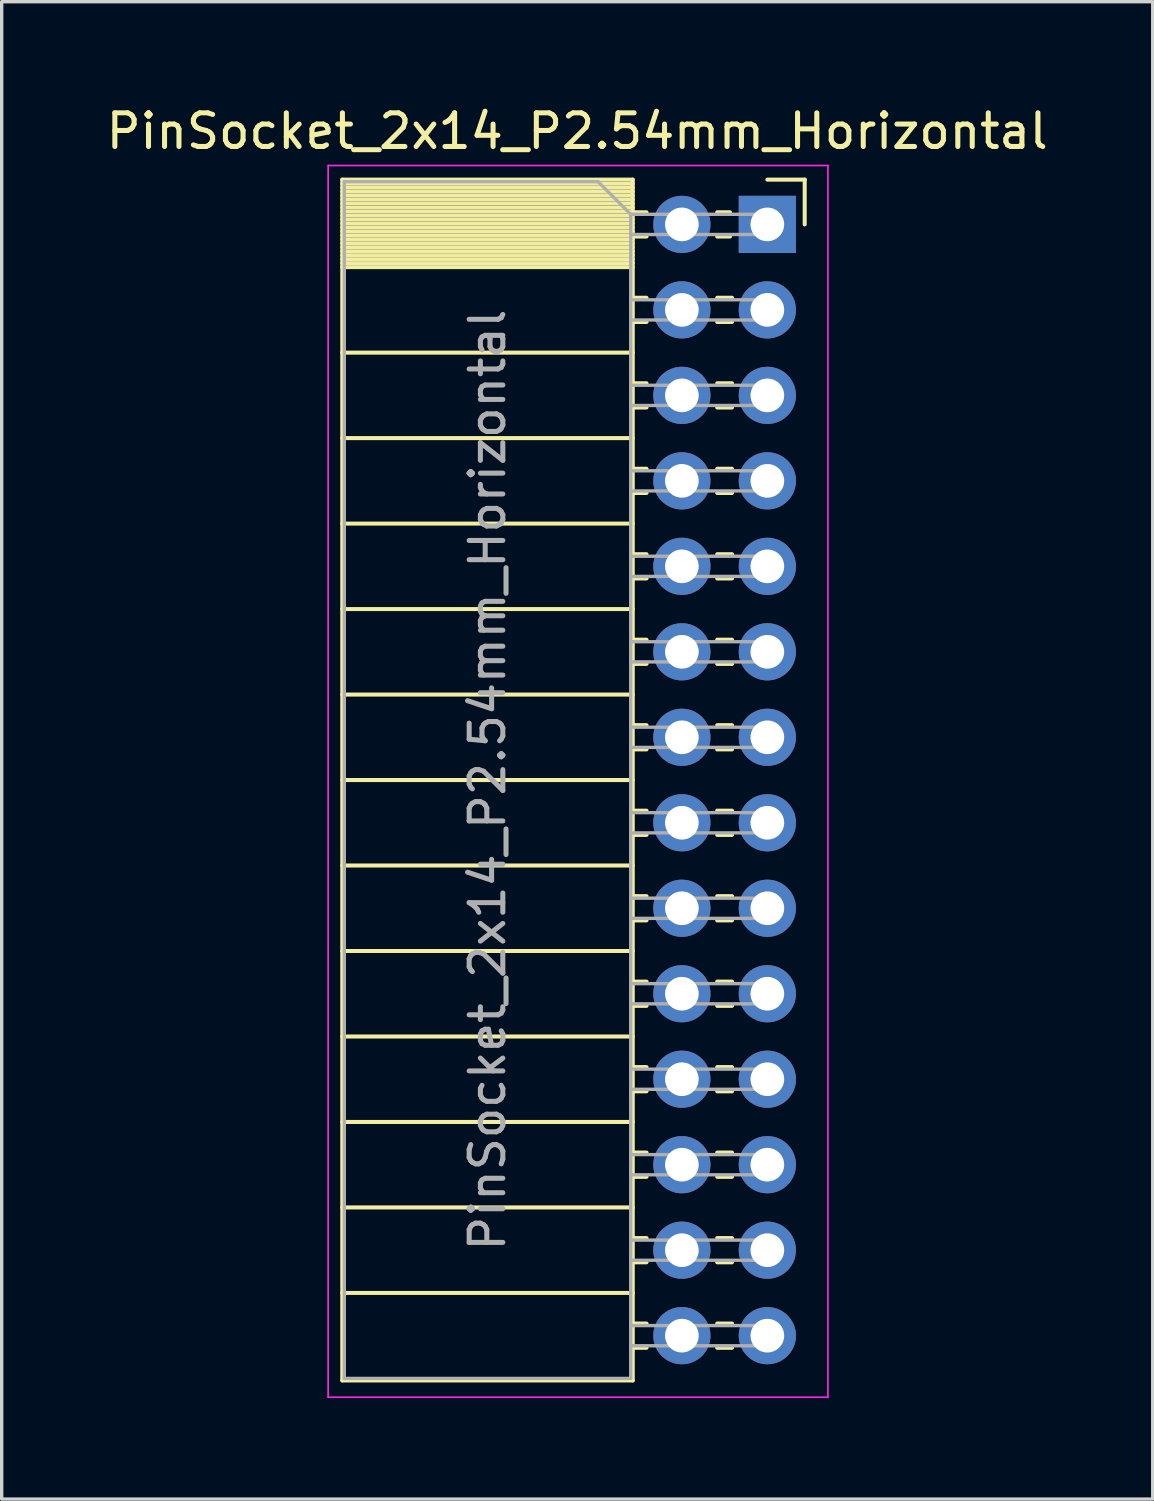
<source format=kicad_pcb>
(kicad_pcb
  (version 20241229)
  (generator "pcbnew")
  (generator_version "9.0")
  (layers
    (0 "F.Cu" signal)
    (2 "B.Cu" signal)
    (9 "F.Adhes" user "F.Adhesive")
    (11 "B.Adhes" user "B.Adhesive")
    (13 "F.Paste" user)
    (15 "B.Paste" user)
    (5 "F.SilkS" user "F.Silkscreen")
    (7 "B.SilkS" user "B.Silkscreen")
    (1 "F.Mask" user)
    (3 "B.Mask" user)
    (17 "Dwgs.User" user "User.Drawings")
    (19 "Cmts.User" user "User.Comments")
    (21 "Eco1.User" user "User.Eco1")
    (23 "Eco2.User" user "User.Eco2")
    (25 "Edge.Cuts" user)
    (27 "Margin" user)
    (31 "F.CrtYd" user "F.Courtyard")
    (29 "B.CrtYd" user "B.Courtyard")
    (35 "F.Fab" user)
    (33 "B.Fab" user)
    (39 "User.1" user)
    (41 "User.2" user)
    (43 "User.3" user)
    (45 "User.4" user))
  (footprint "PinSocket_2x14_P2.54mm_Horizontal"
    (layer "F.Cu")
    (at 19.751 3.618)
    (property "Reference" "PinSocket_2x14_P2.54mm_Horizontal" (at -5.65 -2.77 0) (layer "F.SilkS") (effects (font (size 1 1) (thickness 0.15))))
    (attr through_hole)
    (fp_line (start -12.63 -1.33) (end -12.63 34.35) (stroke (width 0.12) (type solid)) (layer "F.SilkS"))
    (fp_line (start -12.63 -1.33) (end -4 -1.33) (stroke (width 0.12) (type solid)) (layer "F.SilkS"))
    (fp_line (start -12.63 -1.21) (end -4 -1.21) (stroke (width 0.12) (type solid)) (layer "F.SilkS"))
    (fp_line (start -12.63 -1.092) (end -4 -1.092) (stroke (width 0.12) (type solid)) (layer "F.SilkS"))
    (fp_line (start -12.63 -0.974) (end -4 -0.974) (stroke (width 0.12) (type solid)) (layer "F.SilkS"))
    (fp_line (start -12.63 -0.856) (end -4 -0.856) (stroke (width 0.12) (type solid)) (layer "F.SilkS"))
    (fp_line (start -12.63 -0.738) (end -4 -0.738) (stroke (width 0.12) (type solid)) (layer "F.SilkS"))
    (fp_line (start -12.63 -0.62) (end -4 -0.62) (stroke (width 0.12) (type solid)) (layer "F.SilkS"))
    (fp_line (start -12.63 -0.501) (end -4 -0.501) (stroke (width 0.12) (type solid)) (layer "F.SilkS"))
    (fp_line (start -12.63 -0.383) (end -4 -0.383) (stroke (width 0.12) (type solid)) (layer "F.SilkS"))
    (fp_line (start -12.63 -0.265) (end -4 -0.265) (stroke (width 0.12) (type solid)) (layer "F.SilkS"))
    (fp_line (start -12.63 -0.147) (end -4 -0.147) (stroke (width 0.12) (type solid)) (layer "F.SilkS"))
    (fp_line (start -12.63 -0.029) (end -4 -0.029) (stroke (width 0.12) (type solid)) (layer "F.SilkS"))
    (fp_line (start -12.63 0.089) (end -4 0.089) (stroke (width 0.12) (type solid)) (layer "F.SilkS"))
    (fp_line (start -12.63 0.207) (end -4 0.207) (stroke (width 0.12) (type solid)) (layer "F.SilkS"))
    (fp_line (start -12.63 0.325) (end -4 0.325) (stroke (width 0.12) (type solid)) (layer "F.SilkS"))
    (fp_line (start -12.63 0.443) (end -4 0.443) (stroke (width 0.12) (type solid)) (layer "F.SilkS"))
    (fp_line (start -12.63 0.561) (end -4 0.561) (stroke (width 0.12) (type solid)) (layer "F.SilkS"))
    (fp_line (start -12.63 0.68) (end -4 0.68) (stroke (width 0.12) (type solid)) (layer "F.SilkS"))
    (fp_line (start -12.63 0.798) (end -4 0.798) (stroke (width 0.12) (type solid)) (layer "F.SilkS"))
    (fp_line (start -12.63 0.916) (end -4 0.916) (stroke (width 0.12) (type solid)) (layer "F.SilkS"))
    (fp_line (start -12.63 1.034) (end -4 1.034) (stroke (width 0.12) (type solid)) (layer "F.SilkS"))
    (fp_line (start -12.63 1.152) (end -4 1.152) (stroke (width 0.12) (type solid)) (layer "F.SilkS"))
    (fp_line (start -12.63 1.27) (end -4 1.27) (stroke (width 0.12) (type solid)) (layer "F.SilkS"))
    (fp_line (start -12.63 3.81) (end -4 3.81) (stroke (width 0.12) (type solid)) (layer "F.SilkS"))
    (fp_line (start -12.63 6.35) (end -4 6.35) (stroke (width 0.12) (type solid)) (layer "F.SilkS"))
    (fp_line (start -12.63 8.89) (end -4 8.89) (stroke (width 0.12) (type solid)) (layer "F.SilkS"))
    (fp_line (start -12.63 11.43) (end -4 11.43) (stroke (width 0.12) (type solid)) (layer "F.SilkS"))
    (fp_line (start -12.63 13.97) (end -4 13.97) (stroke (width 0.12) (type solid)) (layer "F.SilkS"))
    (fp_line (start -12.63 16.51) (end -4 16.51) (stroke (width 0.12) (type solid)) (layer "F.SilkS"))
    (fp_line (start -12.63 19.05) (end -4 19.05) (stroke (width 0.12) (type solid)) (layer "F.SilkS"))
    (fp_line (start -12.63 21.59) (end -4 21.59) (stroke (width 0.12) (type solid)) (layer "F.SilkS"))
    (fp_line (start -12.63 24.13) (end -4 24.13) (stroke (width 0.12) (type solid)) (layer "F.SilkS"))
    (fp_line (start -12.63 26.67) (end -4 26.67) (stroke (width 0.12) (type solid)) (layer "F.SilkS"))
    (fp_line (start -12.63 29.21) (end -4 29.21) (stroke (width 0.12) (type solid)) (layer "F.SilkS"))
    (fp_line (start -12.63 31.75) (end -4 31.75) (stroke (width 0.12) (type solid)) (layer "F.SilkS"))
    (fp_line (start -12.63 34.35) (end -4 34.35) (stroke (width 0.12) (type solid)) (layer "F.SilkS"))
    (fp_line (start -4 -1.33) (end -4 34.35) (stroke (width 0.12) (type solid)) (layer "F.SilkS"))
    (fp_line (start -4 -0.36) (end -3.59 -0.36) (stroke (width 0.12) (type solid)) (layer "F.SilkS"))
    (fp_line (start -4 0.36) (end -3.59 0.36) (stroke (width 0.12) (type solid)) (layer "F.SilkS"))
    (fp_line (start -4 2.18) (end -3.59 2.18) (stroke (width 0.12) (type solid)) (layer "F.SilkS"))
    (fp_line (start -4 2.9) (end -3.59 2.9) (stroke (width 0.12) (type solid)) (layer "F.SilkS"))
    (fp_line (start -4 4.72) (end -3.59 4.72) (stroke (width 0.12) (type solid)) (layer "F.SilkS"))
    (fp_line (start -4 5.44) (end -3.59 5.44) (stroke (width 0.12) (type solid)) (layer "F.SilkS"))
    (fp_line (start -4 7.26) (end -3.59 7.26) (stroke (width 0.12) (type solid)) (layer "F.SilkS"))
    (fp_line (start -4 7.98) (end -3.59 7.98) (stroke (width 0.12) (type solid)) (layer "F.SilkS"))
    (fp_line (start -4 9.8) (end -3.59 9.8) (stroke (width 0.12) (type solid)) (layer "F.SilkS"))
    (fp_line (start -4 10.52) (end -3.59 10.52) (stroke (width 0.12) (type solid)) (layer "F.SilkS"))
    (fp_line (start -4 12.34) (end -3.59 12.34) (stroke (width 0.12) (type solid)) (layer "F.SilkS"))
    (fp_line (start -4 13.06) (end -3.59 13.06) (stroke (width 0.12) (type solid)) (layer "F.SilkS"))
    (fp_line (start -4 14.88) (end -3.59 14.88) (stroke (width 0.12) (type solid)) (layer "F.SilkS"))
    (fp_line (start -4 15.6) (end -3.59 15.6) (stroke (width 0.12) (type solid)) (layer "F.SilkS"))
    (fp_line (start -4 17.42) (end -3.59 17.42) (stroke (width 0.12) (type solid)) (layer "F.SilkS"))
    (fp_line (start -4 18.14) (end -3.59 18.14) (stroke (width 0.12) (type solid)) (layer "F.SilkS"))
    (fp_line (start -4 19.96) (end -3.59 19.96) (stroke (width 0.12) (type solid)) (layer "F.SilkS"))
    (fp_line (start -4 20.68) (end -3.59 20.68) (stroke (width 0.12) (type solid)) (layer "F.SilkS"))
    (fp_line (start -4 22.5) (end -3.59 22.5) (stroke (width 0.12) (type solid)) (layer "F.SilkS"))
    (fp_line (start -4 23.22) (end -3.59 23.22) (stroke (width 0.12) (type solid)) (layer "F.SilkS"))
    (fp_line (start -4 25.04) (end -3.59 25.04) (stroke (width 0.12) (type solid)) (layer "F.SilkS"))
    (fp_line (start -4 25.76) (end -3.59 25.76) (stroke (width 0.12) (type solid)) (layer "F.SilkS"))
    (fp_line (start -4 27.58) (end -3.59 27.58) (stroke (width 0.12) (type solid)) (layer "F.SilkS"))
    (fp_line (start -4 28.3) (end -3.59 28.3) (stroke (width 0.12) (type solid)) (layer "F.SilkS"))
    (fp_line (start -4 30.12) (end -3.59 30.12) (stroke (width 0.12) (type solid)) (layer "F.SilkS"))
    (fp_line (start -4 30.84) (end -3.59 30.84) (stroke (width 0.12) (type solid)) (layer "F.SilkS"))
    (fp_line (start -4 32.66) (end -3.59 32.66) (stroke (width 0.12) (type solid)) (layer "F.SilkS"))
    (fp_line (start -4 33.38) (end -3.59 33.38) (stroke (width 0.12) (type solid)) (layer "F.SilkS"))
    (fp_line (start -1.49 -0.36) (end -1.11 -0.36) (stroke (width 0.12) (type solid)) (layer "F.SilkS"))
    (fp_line (start -1.49 0.36) (end -1.11 0.36) (stroke (width 0.12) (type solid)) (layer "F.SilkS"))
    (fp_line (start -1.49 2.18) (end -1.05 2.18) (stroke (width 0.12) (type solid)) (layer "F.SilkS"))
    (fp_line (start -1.49 2.9) (end -1.05 2.9) (stroke (width 0.12) (type solid)) (layer "F.SilkS"))
    (fp_line (start -1.49 4.72) (end -1.05 4.72) (stroke (width 0.12) (type solid)) (layer "F.SilkS"))
    (fp_line (start -1.49 5.44) (end -1.05 5.44) (stroke (width 0.12) (type solid)) (layer "F.SilkS"))
    (fp_line (start -1.49 7.26) (end -1.05 7.26) (stroke (width 0.12) (type solid)) (layer "F.SilkS"))
    (fp_line (start -1.49 7.98) (end -1.05 7.98) (stroke (width 0.12) (type solid)) (layer "F.SilkS"))
    (fp_line (start -1.49 9.8) (end -1.05 9.8) (stroke (width 0.12) (type solid)) (layer "F.SilkS"))
    (fp_line (start -1.49 10.52) (end -1.05 10.52) (stroke (width 0.12) (type solid)) (layer "F.SilkS"))
    (fp_line (start -1.49 12.34) (end -1.05 12.34) (stroke (width 0.12) (type solid)) (layer "F.SilkS"))
    (fp_line (start -1.49 13.06) (end -1.05 13.06) (stroke (width 0.12) (type solid)) (layer "F.SilkS"))
    (fp_line (start -1.49 14.88) (end -1.05 14.88) (stroke (width 0.12) (type solid)) (layer "F.SilkS"))
    (fp_line (start -1.49 15.6) (end -1.05 15.6) (stroke (width 0.12) (type solid)) (layer "F.SilkS"))
    (fp_line (start -1.49 17.42) (end -1.05 17.42) (stroke (width 0.12) (type solid)) (layer "F.SilkS"))
    (fp_line (start -1.49 18.14) (end -1.05 18.14) (stroke (width 0.12) (type solid)) (layer "F.SilkS"))
    (fp_line (start -1.49 19.96) (end -1.05 19.96) (stroke (width 0.12) (type solid)) (layer "F.SilkS"))
    (fp_line (start -1.49 20.68) (end -1.05 20.68) (stroke (width 0.12) (type solid)) (layer "F.SilkS"))
    (fp_line (start -1.49 22.5) (end -1.05 22.5) (stroke (width 0.12) (type solid)) (layer "F.SilkS"))
    (fp_line (start -1.49 23.22) (end -1.05 23.22) (stroke (width 0.12) (type solid)) (layer "F.SilkS"))
    (fp_line (start -1.49 25.04) (end -1.05 25.04) (stroke (width 0.12) (type solid)) (layer "F.SilkS"))
    (fp_line (start -1.49 25.76) (end -1.05 25.76) (stroke (width 0.12) (type solid)) (layer "F.SilkS"))
    (fp_line (start -1.49 27.58) (end -1.05 27.58) (stroke (width 0.12) (type solid)) (layer "F.SilkS"))
    (fp_line (start -1.49 28.3) (end -1.05 28.3) (stroke (width 0.12) (type solid)) (layer "F.SilkS"))
    (fp_line (start -1.49 30.12) (end -1.05 30.12) (stroke (width 0.12) (type solid)) (layer "F.SilkS"))
    (fp_line (start -1.49 30.84) (end -1.05 30.84) (stroke (width 0.12) (type solid)) (layer "F.SilkS"))
    (fp_line (start -1.49 32.66) (end -1.05 32.66) (stroke (width 0.12) (type solid)) (layer "F.SilkS"))
    (fp_line (start -1.49 33.38) (end -1.05 33.38) (stroke (width 0.12) (type solid)) (layer "F.SilkS"))
    (fp_line (start 0 -1.33) (end 1.11 -1.33) (stroke (width 0.12) (type solid)) (layer "F.SilkS"))
    (fp_line (start 1.11 -1.33) (end 1.11 0) (stroke (width 0.12) (type solid)) (layer "F.SilkS"))
    (fp_line (start -13.05 -1.75) (end -13.05 34.85) (stroke (width 0.05) (type solid)) (layer "F.CrtYd"))
    (fp_line (start -13.05 34.85) (end 1.8 34.85) (stroke (width 0.05) (type solid)) (layer "F.CrtYd"))
    (fp_line (start 1.8 -1.75) (end -13.05 -1.75) (stroke (width 0.05) (type solid)) (layer "F.CrtYd"))
    (fp_line (start 1.8 34.85) (end 1.8 -1.75) (stroke (width 0.05) (type solid)) (layer "F.CrtYd"))
    (fp_line (start -12.57 -1.27) (end -5.03 -1.27) (stroke (width 0.1) (type solid)) (layer "F.Fab"))
    (fp_line (start -12.57 34.29) (end -12.57 -1.27) (stroke (width 0.1) (type solid)) (layer "F.Fab"))
    (fp_line (start -5.03 -1.27) (end -4.06 -0.3) (stroke (width 0.1) (type solid)) (layer "F.Fab"))
    (fp_line (start -4.06 -0.3) (end -4.06 34.29) (stroke (width 0.1) (type solid)) (layer "F.Fab"))
    (fp_line (start -4.06 0.3) (end 0 0.3) (stroke (width 0.1) (type solid)) (layer "F.Fab"))
    (fp_line (start -4.06 2.84) (end 0 2.84) (stroke (width 0.1) (type solid)) (layer "F.Fab"))
    (fp_line (start -4.06 5.38) (end 0 5.38) (stroke (width 0.1) (type solid)) (layer "F.Fab"))
    (fp_line (start -4.06 7.92) (end 0 7.92) (stroke (width 0.1) (type solid)) (layer "F.Fab"))
    (fp_line (start -4.06 10.46) (end 0 10.46) (stroke (width 0.1) (type solid)) (layer "F.Fab"))
    (fp_line (start -4.06 13) (end 0 13) (stroke (width 0.1) (type solid)) (layer "F.Fab"))
    (fp_line (start -4.06 15.54) (end 0 15.54) (stroke (width 0.1) (type solid)) (layer "F.Fab"))
    (fp_line (start -4.06 18.08) (end 0 18.08) (stroke (width 0.1) (type solid)) (layer "F.Fab"))
    (fp_line (start -4.06 20.62) (end 0 20.62) (stroke (width 0.1) (type solid)) (layer "F.Fab"))
    (fp_line (start -4.06 23.16) (end 0 23.16) (stroke (width 0.1) (type solid)) (layer "F.Fab"))
    (fp_line (start -4.06 25.7) (end 0 25.7) (stroke (width 0.1) (type solid)) (layer "F.Fab"))
    (fp_line (start -4.06 28.24) (end 0 28.24) (stroke (width 0.1) (type solid)) (layer "F.Fab"))
    (fp_line (start -4.06 30.78) (end 0 30.78) (stroke (width 0.1) (type solid)) (layer "F.Fab"))
    (fp_line (start -4.06 33.32) (end 0 33.32) (stroke (width 0.1) (type solid)) (layer "F.Fab"))
    (fp_line (start -4.06 34.29) (end -12.57 34.29) (stroke (width 0.1) (type solid)) (layer "F.Fab"))
    (fp_line (start 0 -0.3) (end -4.06 -0.3) (stroke (width 0.1) (type solid)) (layer "F.Fab"))
    (fp_line (start 0 0.3) (end 0 -0.3) (stroke (width 0.1) (type solid)) (layer "F.Fab"))
    (fp_line (start 0 2.24) (end -4.06 2.24) (stroke (width 0.1) (type solid)) (layer "F.Fab"))
    (fp_line (start 0 2.84) (end 0 2.24) (stroke (width 0.1) (type solid)) (layer "F.Fab"))
    (fp_line (start 0 4.78) (end -4.06 4.78) (stroke (width 0.1) (type solid)) (layer "F.Fab"))
    (fp_line (start 0 5.38) (end 0 4.78) (stroke (width 0.1) (type solid)) (layer "F.Fab"))
    (fp_line (start 0 7.32) (end -4.06 7.32) (stroke (width 0.1) (type solid)) (layer "F.Fab"))
    (fp_line (start 0 7.92) (end 0 7.32) (stroke (width 0.1) (type solid)) (layer "F.Fab"))
    (fp_line (start 0 9.86) (end -4.06 9.86) (stroke (width 0.1) (type solid)) (layer "F.Fab"))
    (fp_line (start 0 10.46) (end 0 9.86) (stroke (width 0.1) (type solid)) (layer "F.Fab"))
    (fp_line (start 0 12.4) (end -4.06 12.4) (stroke (width 0.1) (type solid)) (layer "F.Fab"))
    (fp_line (start 0 13) (end 0 12.4) (stroke (width 0.1) (type solid)) (layer "F.Fab"))
    (fp_line (start 0 14.94) (end -4.06 14.94) (stroke (width 0.1) (type solid)) (layer "F.Fab"))
    (fp_line (start 0 15.54) (end 0 14.94) (stroke (width 0.1) (type solid)) (layer "F.Fab"))
    (fp_line (start 0 17.48) (end -4.06 17.48) (stroke (width 0.1) (type solid)) (layer "F.Fab"))
    (fp_line (start 0 18.08) (end 0 17.48) (stroke (width 0.1) (type solid)) (layer "F.Fab"))
    (fp_line (start 0 20.02) (end -4.06 20.02) (stroke (width 0.1) (type solid)) (layer "F.Fab"))
    (fp_line (start 0 20.62) (end 0 20.02) (stroke (width 0.1) (type solid)) (layer "F.Fab"))
    (fp_line (start 0 22.56) (end -4.06 22.56) (stroke (width 0.1) (type solid)) (layer "F.Fab"))
    (fp_line (start 0 23.16) (end 0 22.56) (stroke (width 0.1) (type solid)) (layer "F.Fab"))
    (fp_line (start 0 25.1) (end -4.06 25.1) (stroke (width 0.1) (type solid)) (layer "F.Fab"))
    (fp_line (start 0 25.7) (end 0 25.1) (stroke (width 0.1) (type solid)) (layer "F.Fab"))
    (fp_line (start 0 27.64) (end -4.06 27.64) (stroke (width 0.1) (type solid)) (layer "F.Fab"))
    (fp_line (start 0 28.24) (end 0 27.64) (stroke (width 0.1) (type solid)) (layer "F.Fab"))
    (fp_line (start 0 30.18) (end -4.06 30.18) (stroke (width 0.1) (type solid)) (layer "F.Fab"))
    (fp_line (start 0 30.78) (end 0 30.18) (stroke (width 0.1) (type solid)) (layer "F.Fab"))
    (fp_line (start 0 32.72) (end -4.06 32.72) (stroke (width 0.1) (type solid)) (layer "F.Fab"))
    (fp_line (start 0 33.32) (end 0 32.72) (stroke (width 0.1) (type solid)) (layer "F.Fab"))
    (fp_text user "${REFERENCE}" (at -8.315 16.51 90) (layer "F.Fab") (effects (font (size 1 1) (thickness 0.15))))
    (pad "1" thru_hole rect (at 0 0) (size 1.7 1.7) (drill 1) (layers "*.Cu" "*.Mask"))
    (pad "2" thru_hole circle (at -2.54 0) (size 1.7 1.7) (drill 1) (layers "*.Cu" "*.Mask"))
    (pad "3" thru_hole circle (at 0 2.54) (size 1.7 1.7) (drill 1) (layers "*.Cu" "*.Mask"))
    (pad "4" thru_hole circle (at -2.54 2.54) (size 1.7 1.7) (drill 1) (layers "*.Cu" "*.Mask"))
    (pad "5" thru_hole circle (at 0 5.08) (size 1.7 1.7) (drill 1) (layers "*.Cu" "*.Mask"))
    (pad "6" thru_hole circle (at -2.54 5.08) (size 1.7 1.7) (drill 1) (layers "*.Cu" "*.Mask"))
    (pad "7" thru_hole circle (at 0 7.62) (size 1.7 1.7) (drill 1) (layers "*.Cu" "*.Mask"))
    (pad "8" thru_hole circle (at -2.54 7.62) (size 1.7 1.7) (drill 1) (layers "*.Cu" "*.Mask"))
    (pad "9" thru_hole circle (at 0 10.16) (size 1.7 1.7) (drill 1) (layers "*.Cu" "*.Mask"))
    (pad "10" thru_hole circle (at -2.54 10.16) (size 1.7 1.7) (drill 1) (layers "*.Cu" "*.Mask"))
    (pad "11" thru_hole circle (at 0 12.7) (size 1.7 1.7) (drill 1) (layers "*.Cu" "*.Mask"))
    (pad "12" thru_hole circle (at -2.54 12.7) (size 1.7 1.7) (drill 1) (layers "*.Cu" "*.Mask"))
    (pad "13" thru_hole circle (at 0 15.24) (size 1.7 1.7) (drill 1) (layers "*.Cu" "*.Mask"))
    (pad "14" thru_hole circle (at -2.54 15.24) (size 1.7 1.7) (drill 1) (layers "*.Cu" "*.Mask"))
    (pad "15" thru_hole circle (at 0 17.78) (size 1.7 1.7) (drill 1) (layers "*.Cu" "*.Mask"))
    (pad "16" thru_hole circle (at -2.54 17.78) (size 1.7 1.7) (drill 1) (layers "*.Cu" "*.Mask"))
    (pad "17" thru_hole circle (at 0 20.32) (size 1.7 1.7) (drill 1) (layers "*.Cu" "*.Mask"))
    (pad "18" thru_hole circle (at -2.54 20.32) (size 1.7 1.7) (drill 1) (layers "*.Cu" "*.Mask"))
    (pad "19" thru_hole circle (at 0 22.86) (size 1.7 1.7) (drill 1) (layers "*.Cu" "*.Mask"))
    (pad "20" thru_hole circle (at -2.54 22.86) (size 1.7 1.7) (drill 1) (layers "*.Cu" "*.Mask"))
    (pad "21" thru_hole circle (at 0 25.4) (size 1.7 1.7) (drill 1) (layers "*.Cu" "*.Mask"))
    (pad "22" thru_hole circle (at -2.54 25.4) (size 1.7 1.7) (drill 1) (layers "*.Cu" "*.Mask"))
    (pad "23" thru_hole circle (at 0 27.94) (size 1.7 1.7) (drill 1) (layers "*.Cu" "*.Mask"))
    (pad "24" thru_hole circle (at -2.54 27.94) (size 1.7 1.7) (drill 1) (layers "*.Cu" "*.Mask"))
    (pad "25" thru_hole circle (at 0 30.48) (size 1.7 1.7) (drill 1) (layers "*.Cu" "*.Mask"))
    (pad "26" thru_hole circle (at -2.54 30.48) (size 1.7 1.7) (drill 1) (layers "*.Cu" "*.Mask"))
    (pad "27" thru_hole circle (at 0 33.02) (size 1.7 1.7) (drill 1) (layers "*.Cu" "*.Mask"))
    (pad "28" thru_hole circle (at -2.54 33.02) (size 1.7 1.7) (drill 1) (layers "*.Cu" "*.Mask")))
  (gr_rect
    (start -3 -3)
    (end 31.202 41.493)
    (stroke (width 0.1) (type default))
    (fill no)
    (layer "Edge.Cuts")))
</source>
